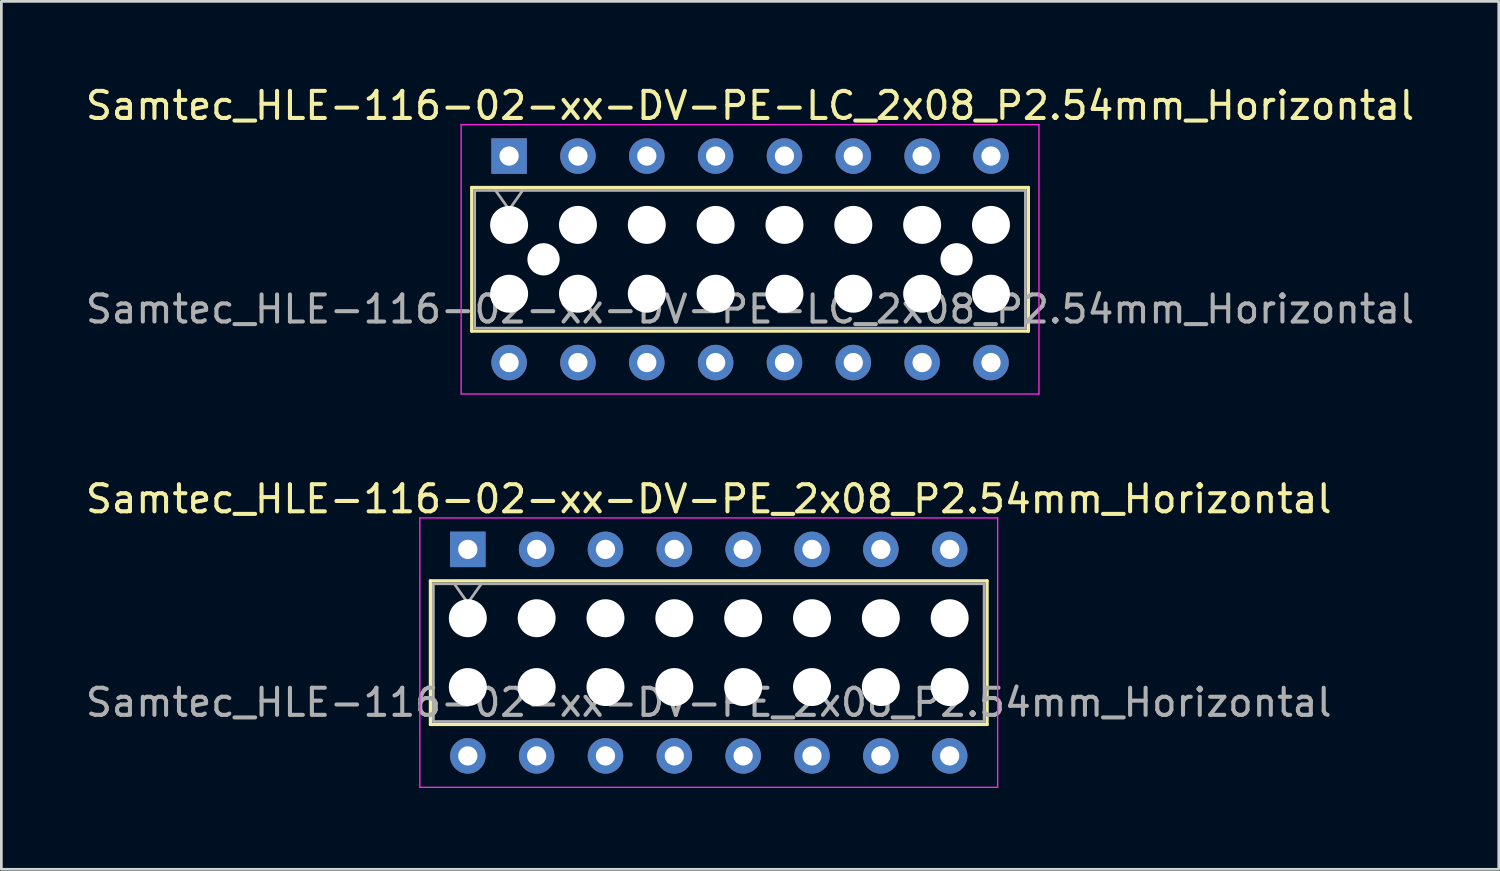
<source format=kicad_pcb>
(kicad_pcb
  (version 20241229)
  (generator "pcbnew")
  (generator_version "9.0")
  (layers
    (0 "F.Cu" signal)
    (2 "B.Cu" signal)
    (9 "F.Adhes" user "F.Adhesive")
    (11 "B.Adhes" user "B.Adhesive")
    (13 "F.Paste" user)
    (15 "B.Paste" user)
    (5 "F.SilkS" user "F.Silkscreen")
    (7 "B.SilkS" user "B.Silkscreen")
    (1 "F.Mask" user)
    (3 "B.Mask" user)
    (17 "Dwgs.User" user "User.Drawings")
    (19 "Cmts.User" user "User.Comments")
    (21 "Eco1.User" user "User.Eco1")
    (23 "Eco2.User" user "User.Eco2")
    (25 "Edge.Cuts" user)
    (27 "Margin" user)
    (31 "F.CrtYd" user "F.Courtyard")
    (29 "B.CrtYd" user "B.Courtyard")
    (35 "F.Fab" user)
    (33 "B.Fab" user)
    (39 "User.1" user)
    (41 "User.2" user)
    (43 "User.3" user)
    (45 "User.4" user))
  (footprint "Samtec_HLE-116-02-xx-DV-PE_2x08_P2.54mm_Horizontal"
    (layer "F.Cu")
    (at 14.211 17.221)
    (property "Reference" "Samtec_HLE-116-02-xx-DV-PE_2x08_P2.54mm_Horizontal" (at 8.89 -1.86 0) (layer "F.SilkS") (effects (font (size 1 1) (thickness 0.15))))
    (attr through_hole)
    (fp_line (start -1.38 1.16) (end 19.16 1.16) (stroke (width 0.12) (type solid)) (layer "F.SilkS"))
    (fp_line (start -1.38 6.46) (end -1.38 1.16) (stroke (width 0.12) (type solid)) (layer "F.SilkS"))
    (fp_line (start 19.16 1.16) (end 19.16 6.46) (stroke (width 0.12) (type solid)) (layer "F.SilkS"))
    (fp_line (start 19.16 6.46) (end -1.38 6.46) (stroke (width 0.12) (type solid)) (layer "F.SilkS"))
    (fp_line (start -1.77 -1.16) (end 19.55 -1.16) (stroke (width 0.05) (type solid)) (layer "F.CrtYd"))
    (fp_line (start -1.77 8.78) (end -1.77 -1.16) (stroke (width 0.05) (type solid)) (layer "F.CrtYd"))
    (fp_line (start 19.55 -1.16) (end 19.55 8.78) (stroke (width 0.05) (type solid)) (layer "F.CrtYd"))
    (fp_line (start 19.55 8.78) (end -1.77 8.78) (stroke (width 0.05) (type solid)) (layer "F.CrtYd"))
    (fp_line (start -1.27 1.27) (end 19.05 1.27) (stroke (width 0.1) (type solid)) (layer "F.Fab"))
    (fp_line (start -1.27 6.35) (end -1.27 1.27) (stroke (width 0.1) (type solid)) (layer "F.Fab"))
    (fp_line (start -0.5 1.27) (end 0 1.977) (stroke (width 0.1) (type solid)) (layer "F.Fab"))
    (fp_line (start 0 1.977) (end 0.5 1.27) (stroke (width 0.1) (type solid)) (layer "F.Fab"))
    (fp_line (start 19.05 1.27) (end 19.05 6.35) (stroke (width 0.1) (type solid)) (layer "F.Fab"))
    (fp_line (start 19.05 6.35) (end -1.27 6.35) (stroke (width 0.1) (type solid)) (layer "F.Fab"))
    (fp_text user "${REFERENCE}" (at 8.89 5.65 0) (layer "F.Fab") (effects (font (size 1 1) (thickness 0.15))))
    (pad "" np_thru_hole circle (at 0 2.54) (size 1.4 1.4) (drill 1.4) (layers "*.Cu" "*.Mask"))
    (pad "" np_thru_hole circle (at 0 5.08) (size 1.4 1.4) (drill 1.4) (layers "*.Cu" "*.Mask"))
    (pad "" np_thru_hole circle (at 2.54 2.54) (size 1.4 1.4) (drill 1.4) (layers "*.Cu" "*.Mask"))
    (pad "" np_thru_hole circle (at 2.54 5.08) (size 1.4 1.4) (drill 1.4) (layers "*.Cu" "*.Mask"))
    (pad "" np_thru_hole circle (at 5.08 2.54) (size 1.4 1.4) (drill 1.4) (layers "*.Cu" "*.Mask"))
    (pad "" np_thru_hole circle (at 5.08 5.08) (size 1.4 1.4) (drill 1.4) (layers "*.Cu" "*.Mask"))
    (pad "" np_thru_hole circle (at 7.62 2.54) (size 1.4 1.4) (drill 1.4) (layers "*.Cu" "*.Mask"))
    (pad "" np_thru_hole circle (at 7.62 5.08) (size 1.4 1.4) (drill 1.4) (layers "*.Cu" "*.Mask"))
    (pad "" np_thru_hole circle (at 10.16 2.54) (size 1.4 1.4) (drill 1.4) (layers "*.Cu" "*.Mask"))
    (pad "" np_thru_hole circle (at 10.16 5.08) (size 1.4 1.4) (drill 1.4) (layers "*.Cu" "*.Mask"))
    (pad "" np_thru_hole circle (at 12.7 2.54) (size 1.4 1.4) (drill 1.4) (layers "*.Cu" "*.Mask"))
    (pad "" np_thru_hole circle (at 12.7 5.08) (size 1.4 1.4) (drill 1.4) (layers "*.Cu" "*.Mask"))
    (pad "" np_thru_hole circle (at 15.24 2.54) (size 1.4 1.4) (drill 1.4) (layers "*.Cu" "*.Mask"))
    (pad "" np_thru_hole circle (at 15.24 5.08) (size 1.4 1.4) (drill 1.4) (layers "*.Cu" "*.Mask"))
    (pad "" np_thru_hole circle (at 17.78 2.54) (size 1.4 1.4) (drill 1.4) (layers "*.Cu" "*.Mask"))
    (pad "" np_thru_hole circle (at 17.78 5.08) (size 1.4 1.4) (drill 1.4) (layers "*.Cu" "*.Mask"))
    (pad "1" thru_hole rect (at 0 0) (size 1.31 1.31) (drill 0.71) (layers "*.Cu" "*.Mask"))
    (pad "2" thru_hole circle (at 0 7.62) (size 1.31 1.31) (drill 0.71) (layers "*.Cu" "*.Mask"))
    (pad "3" thru_hole circle (at 2.54 0) (size 1.31 1.31) (drill 0.71) (layers "*.Cu" "*.Mask"))
    (pad "4" thru_hole circle (at 2.54 7.62) (size 1.31 1.31) (drill 0.71) (layers "*.Cu" "*.Mask"))
    (pad "5" thru_hole circle (at 5.08 0) (size 1.31 1.31) (drill 0.71) (layers "*.Cu" "*.Mask"))
    (pad "6" thru_hole circle (at 5.08 7.62) (size 1.31 1.31) (drill 0.71) (layers "*.Cu" "*.Mask"))
    (pad "7" thru_hole circle (at 7.62 0) (size 1.31 1.31) (drill 0.71) (layers "*.Cu" "*.Mask"))
    (pad "8" thru_hole circle (at 7.62 7.62) (size 1.31 1.31) (drill 0.71) (layers "*.Cu" "*.Mask"))
    (pad "9" thru_hole circle (at 10.16 0) (size 1.31 1.31) (drill 0.71) (layers "*.Cu" "*.Mask"))
    (pad "10" thru_hole circle (at 10.16 7.62) (size 1.31 1.31) (drill 0.71) (layers "*.Cu" "*.Mask"))
    (pad "11" thru_hole circle (at 12.7 0) (size 1.31 1.31) (drill 0.71) (layers "*.Cu" "*.Mask"))
    (pad "12" thru_hole circle (at 12.7 7.62) (size 1.31 1.31) (drill 0.71) (layers "*.Cu" "*.Mask"))
    (pad "13" thru_hole circle (at 15.24 0) (size 1.31 1.31) (drill 0.71) (layers "*.Cu" "*.Mask"))
    (pad "14" thru_hole circle (at 15.24 7.62) (size 1.31 1.31) (drill 0.71) (layers "*.Cu" "*.Mask"))
    (pad "15" thru_hole circle (at 17.78 0) (size 1.31 1.31) (drill 0.71) (layers "*.Cu" "*.Mask"))
    (pad "16" thru_hole circle (at 17.78 7.62) (size 1.31 1.31) (drill 0.71) (layers "*.Cu" "*.Mask")))
  (footprint "Samtec_HLE-116-02-xx-DV-PE-LC_2x08_P2.54mm_Horizontal"
    (layer "F.Cu")
    (at 15.735 2.708)
    (property "Reference" "Samtec_HLE-116-02-xx-DV-PE-LC_2x08_P2.54mm_Horizontal" (at 8.89 -1.86 0) (layer "F.SilkS") (effects (font (size 1 1) (thickness 0.15))))
    (attr through_hole)
    (fp_line (start -1.38 1.16) (end 19.16 1.16) (stroke (width 0.12) (type solid)) (layer "F.SilkS"))
    (fp_line (start -1.38 6.46) (end -1.38 1.16) (stroke (width 0.12) (type solid)) (layer "F.SilkS"))
    (fp_line (start 19.16 1.16) (end 19.16 6.46) (stroke (width 0.12) (type solid)) (layer "F.SilkS"))
    (fp_line (start 19.16 6.46) (end -1.38 6.46) (stroke (width 0.12) (type solid)) (layer "F.SilkS"))
    (fp_line (start -1.77 -1.16) (end 19.55 -1.16) (stroke (width 0.05) (type solid)) (layer "F.CrtYd"))
    (fp_line (start -1.77 8.78) (end -1.77 -1.16) (stroke (width 0.05) (type solid)) (layer "F.CrtYd"))
    (fp_line (start 19.55 -1.16) (end 19.55 8.78) (stroke (width 0.05) (type solid)) (layer "F.CrtYd"))
    (fp_line (start 19.55 8.78) (end -1.77 8.78) (stroke (width 0.05) (type solid)) (layer "F.CrtYd"))
    (fp_line (start -1.27 1.27) (end 19.05 1.27) (stroke (width 0.1) (type solid)) (layer "F.Fab"))
    (fp_line (start -1.27 6.35) (end -1.27 1.27) (stroke (width 0.1) (type solid)) (layer "F.Fab"))
    (fp_line (start -0.5 1.27) (end 0 1.977) (stroke (width 0.1) (type solid)) (layer "F.Fab"))
    (fp_line (start 0 1.977) (end 0.5 1.27) (stroke (width 0.1) (type solid)) (layer "F.Fab"))
    (fp_line (start 19.05 1.27) (end 19.05 6.35) (stroke (width 0.1) (type solid)) (layer "F.Fab"))
    (fp_line (start 19.05 6.35) (end -1.27 6.35) (stroke (width 0.1) (type solid)) (layer "F.Fab"))
    (fp_text user "${REFERENCE}" (at 8.89 5.65 0) (layer "F.Fab") (effects (font (size 1 1) (thickness 0.15))))
    (pad "" np_thru_hole circle (at 0 2.54) (size 1.4 1.4) (drill 1.4) (layers "*.Cu" "*.Mask"))
    (pad "" np_thru_hole circle (at 0 5.08) (size 1.4 1.4) (drill 1.4) (layers "*.Cu" "*.Mask"))
    (pad "" np_thru_hole circle (at 1.27 3.81) (size 1.19 1.19) (drill 1.19) (layers "*.Cu" "*.Mask"))
    (pad "" np_thru_hole circle (at 2.54 2.54) (size 1.4 1.4) (drill 1.4) (layers "*.Cu" "*.Mask"))
    (pad "" np_thru_hole circle (at 2.54 5.08) (size 1.4 1.4) (drill 1.4) (layers "*.Cu" "*.Mask"))
    (pad "" np_thru_hole circle (at 5.08 2.54) (size 1.4 1.4) (drill 1.4) (layers "*.Cu" "*.Mask"))
    (pad "" np_thru_hole circle (at 5.08 5.08) (size 1.4 1.4) (drill 1.4) (layers "*.Cu" "*.Mask"))
    (pad "" np_thru_hole circle (at 7.62 2.54) (size 1.4 1.4) (drill 1.4) (layers "*.Cu" "*.Mask"))
    (pad "" np_thru_hole circle (at 7.62 5.08) (size 1.4 1.4) (drill 1.4) (layers "*.Cu" "*.Mask"))
    (pad "" np_thru_hole circle (at 10.16 2.54) (size 1.4 1.4) (drill 1.4) (layers "*.Cu" "*.Mask"))
    (pad "" np_thru_hole circle (at 10.16 5.08) (size 1.4 1.4) (drill 1.4) (layers "*.Cu" "*.Mask"))
    (pad "" np_thru_hole circle (at 12.7 2.54) (size 1.4 1.4) (drill 1.4) (layers "*.Cu" "*.Mask"))
    (pad "" np_thru_hole circle (at 12.7 5.08) (size 1.4 1.4) (drill 1.4) (layers "*.Cu" "*.Mask"))
    (pad "" np_thru_hole circle (at 15.24 2.54) (size 1.4 1.4) (drill 1.4) (layers "*.Cu" "*.Mask"))
    (pad "" np_thru_hole circle (at 15.24 5.08) (size 1.4 1.4) (drill 1.4) (layers "*.Cu" "*.Mask"))
    (pad "" np_thru_hole circle (at 16.51 3.81) (size 1.19 1.19) (drill 1.19) (layers "*.Cu" "*.Mask"))
    (pad "" np_thru_hole circle (at 17.78 2.54) (size 1.4 1.4) (drill 1.4) (layers "*.Cu" "*.Mask"))
    (pad "" np_thru_hole circle (at 17.78 5.08) (size 1.4 1.4) (drill 1.4) (layers "*.Cu" "*.Mask"))
    (pad "1" thru_hole rect (at 0 0) (size 1.31 1.31) (drill 0.71) (layers "*.Cu" "*.Mask"))
    (pad "2" thru_hole circle (at 0 7.62) (size 1.31 1.31) (drill 0.71) (layers "*.Cu" "*.Mask"))
    (pad "3" thru_hole circle (at 2.54 0) (size 1.31 1.31) (drill 0.71) (layers "*.Cu" "*.Mask"))
    (pad "4" thru_hole circle (at 2.54 7.62) (size 1.31 1.31) (drill 0.71) (layers "*.Cu" "*.Mask"))
    (pad "5" thru_hole circle (at 5.08 0) (size 1.31 1.31) (drill 0.71) (layers "*.Cu" "*.Mask"))
    (pad "6" thru_hole circle (at 5.08 7.62) (size 1.31 1.31) (drill 0.71) (layers "*.Cu" "*.Mask"))
    (pad "7" thru_hole circle (at 7.62 0) (size 1.31 1.31) (drill 0.71) (layers "*.Cu" "*.Mask"))
    (pad "8" thru_hole circle (at 7.62 7.62) (size 1.31 1.31) (drill 0.71) (layers "*.Cu" "*.Mask"))
    (pad "9" thru_hole circle (at 10.16 0) (size 1.31 1.31) (drill 0.71) (layers "*.Cu" "*.Mask"))
    (pad "10" thru_hole circle (at 10.16 7.62) (size 1.31 1.31) (drill 0.71) (layers "*.Cu" "*.Mask"))
    (pad "11" thru_hole circle (at 12.7 0) (size 1.31 1.31) (drill 0.71) (layers "*.Cu" "*.Mask"))
    (pad "12" thru_hole circle (at 12.7 7.62) (size 1.31 1.31) (drill 0.71) (layers "*.Cu" "*.Mask"))
    (pad "13" thru_hole circle (at 15.24 0) (size 1.31 1.31) (drill 0.71) (layers "*.Cu" "*.Mask"))
    (pad "14" thru_hole circle (at 15.24 7.62) (size 1.31 1.31) (drill 0.71) (layers "*.Cu" "*.Mask"))
    (pad "15" thru_hole circle (at 17.78 0) (size 1.31 1.31) (drill 0.71) (layers "*.Cu" "*.Mask"))
    (pad "16" thru_hole circle (at 17.78 7.62) (size 1.31 1.31) (drill 0.71) (layers "*.Cu" "*.Mask")))
  (gr_rect
    (start -3 -3)
    (end 52.25 29.026)
    (stroke (width 0.1) (type default))
    (fill no)
    (layer "Edge.Cuts")))
</source>
